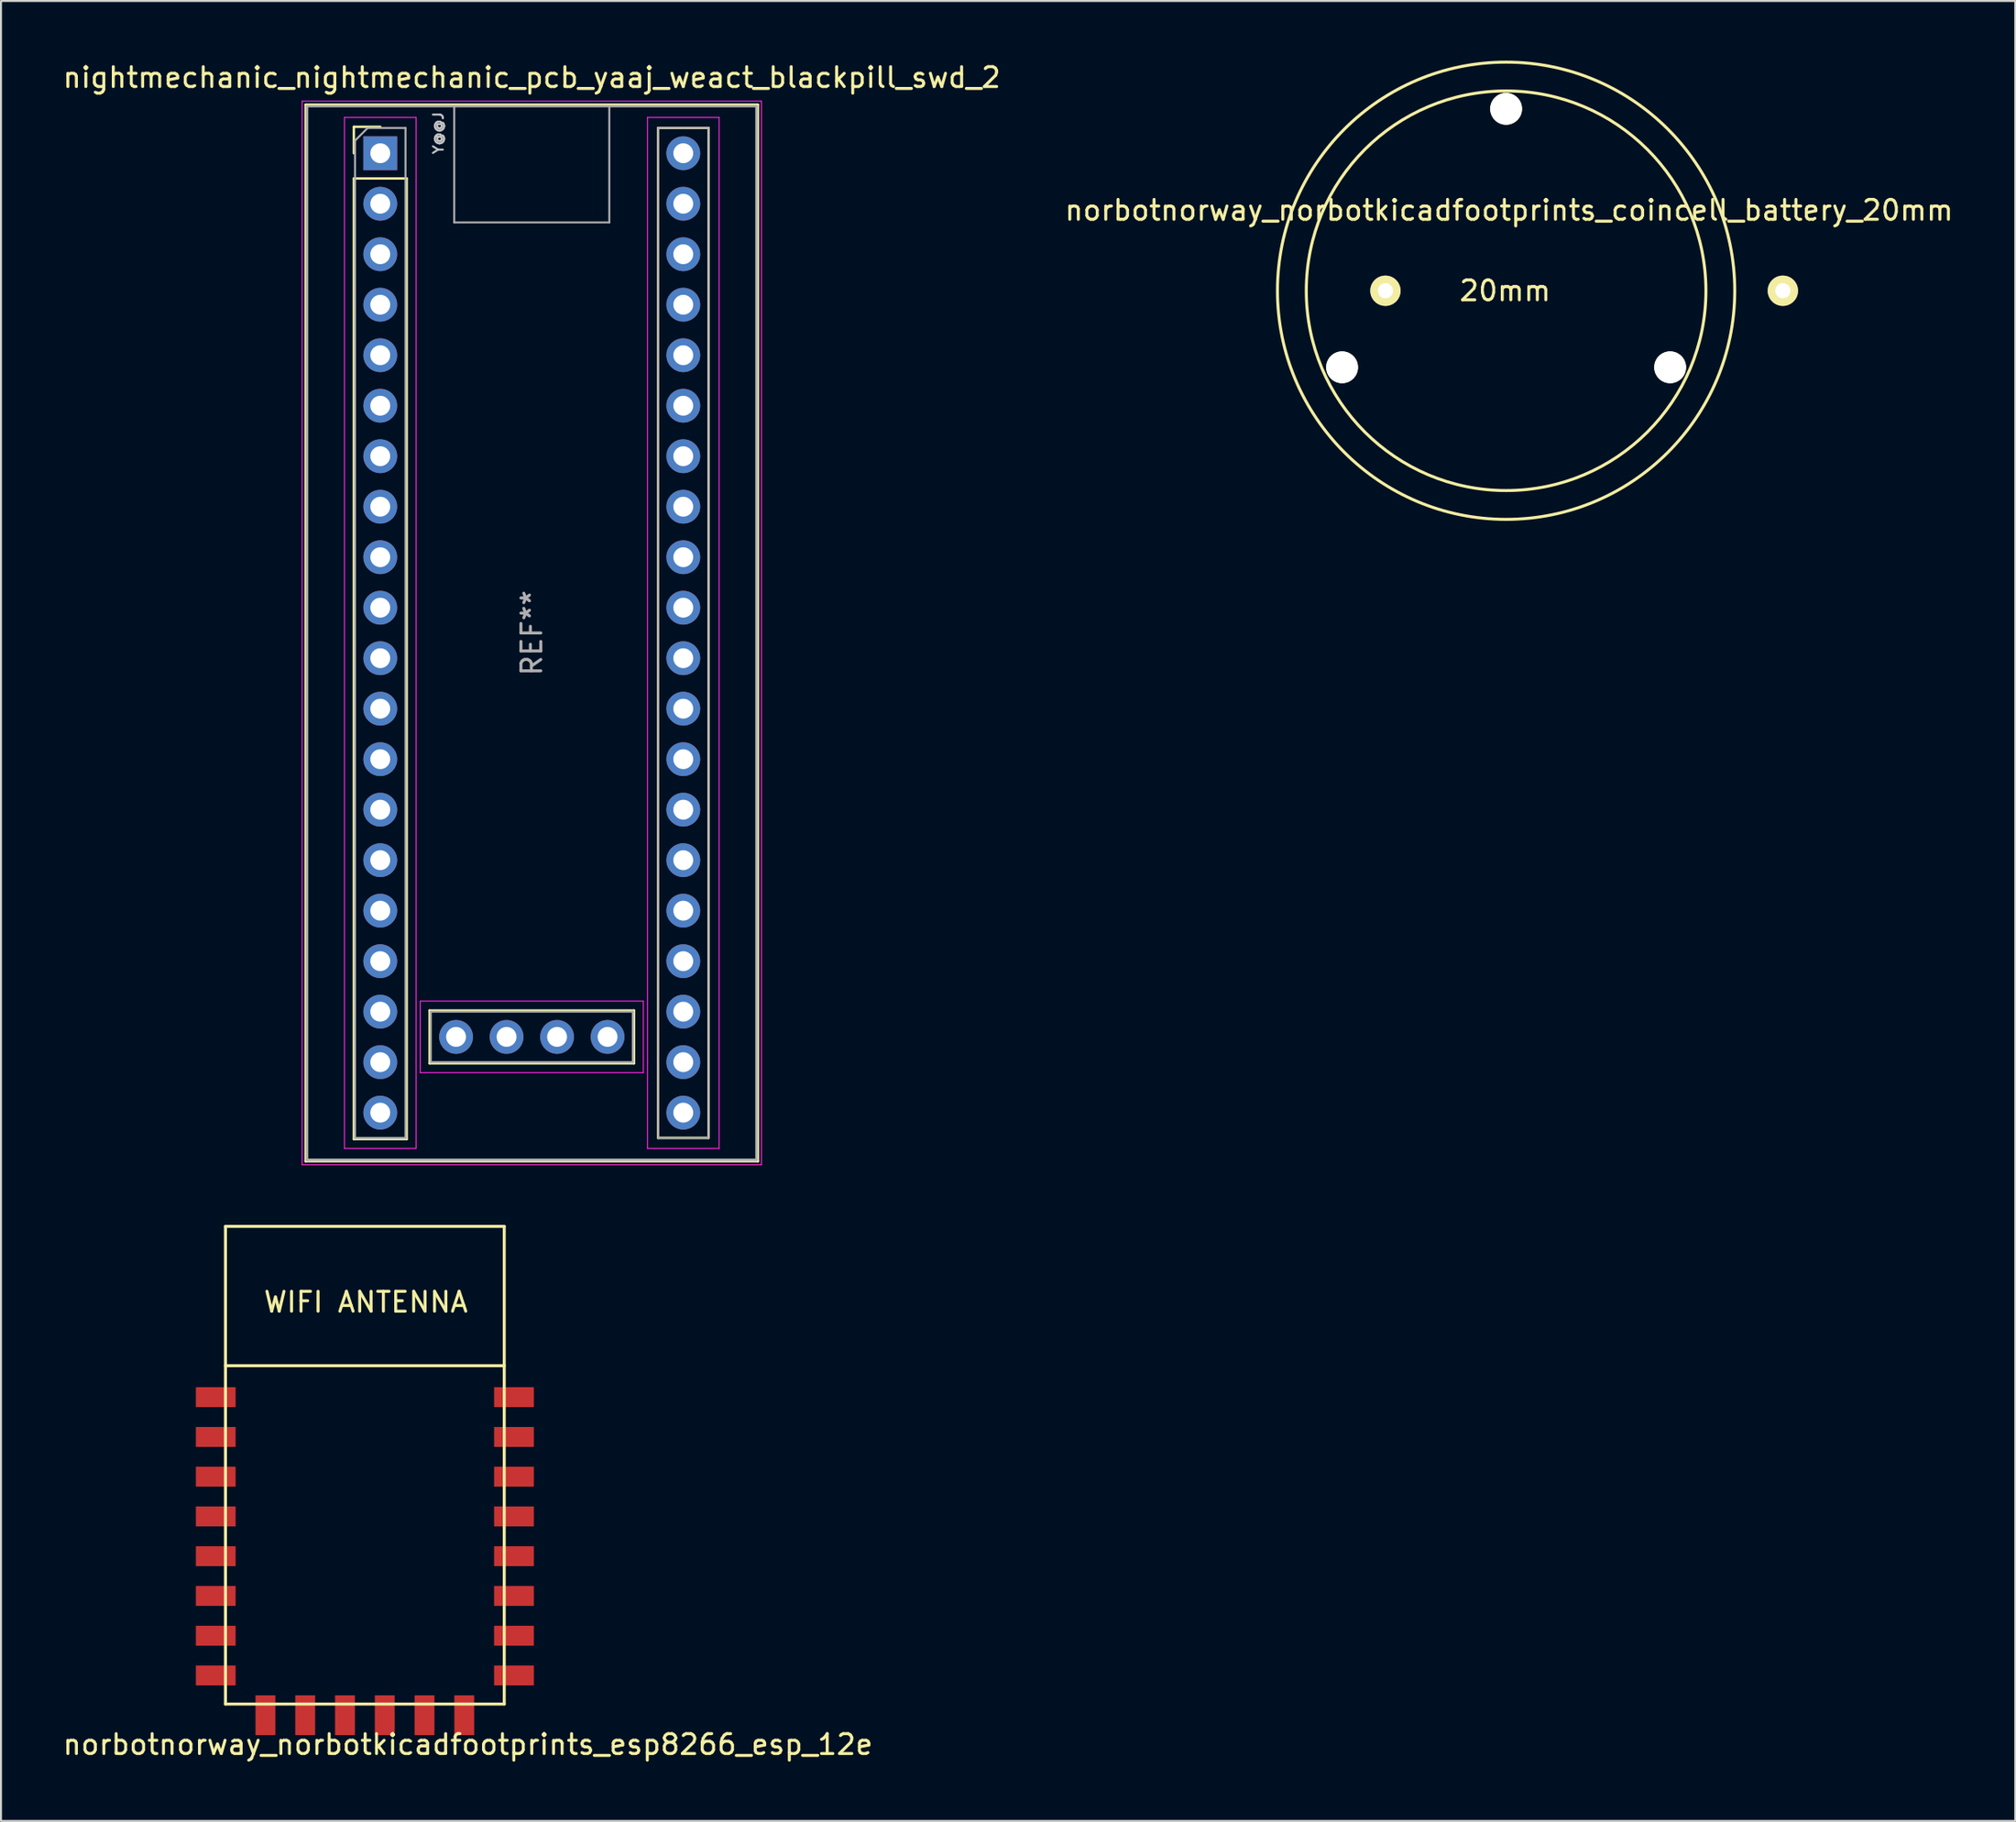
<source format=kicad_pcb>
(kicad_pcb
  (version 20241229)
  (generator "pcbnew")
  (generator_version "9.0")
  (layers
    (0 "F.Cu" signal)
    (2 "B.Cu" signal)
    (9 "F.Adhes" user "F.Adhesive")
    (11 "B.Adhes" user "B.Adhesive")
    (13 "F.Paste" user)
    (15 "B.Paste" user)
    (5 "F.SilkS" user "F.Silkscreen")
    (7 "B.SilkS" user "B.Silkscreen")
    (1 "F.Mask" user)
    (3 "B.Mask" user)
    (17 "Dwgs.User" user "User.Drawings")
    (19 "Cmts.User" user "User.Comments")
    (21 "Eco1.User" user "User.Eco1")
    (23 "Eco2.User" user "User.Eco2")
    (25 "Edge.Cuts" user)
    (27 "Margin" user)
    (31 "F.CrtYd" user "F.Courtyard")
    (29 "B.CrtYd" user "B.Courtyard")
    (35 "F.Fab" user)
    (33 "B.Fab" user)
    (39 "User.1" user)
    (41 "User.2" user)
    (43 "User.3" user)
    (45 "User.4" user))
  (footprint "norbotnorway_norbotkicadfootprints_esp8266_esp_12e"
    (layer "F.Cu")
    (at 15.301 70.729)
    (property "Reference" "norbotnorway_norbotkicadfootprints_esp8266_esp_12e" (at 5.182 13.97 0) (layer "F.SilkS") (effects (font (size 1 1) (thickness 0.15))))
    (attr through_hole)
    (fp_line (start -7.01 -12.09) (end 7.01 -12.09) (stroke (width 0.15) (type solid)) (layer "F.SilkS"))
    (fp_line (start -7.01 -5.08) (end 7.01 -5.08) (stroke (width 0.15) (type solid)) (layer "F.SilkS"))
    (fp_line (start -7.01 11.938) (end -7.01 -12.09) (stroke (width 0.15) (type solid)) (layer "F.SilkS"))
    (fp_line (start 7.01 -12.09) (end 7.01 11.938) (stroke (width 0.15) (type solid)) (layer "F.SilkS"))
    (fp_line (start 7.01 11.938) (end -7.01 11.938) (stroke (width 0.15) (type solid)) (layer "F.SilkS"))
    (fp_text user "WIFI ANTENNA" (at 0.051 -8.28 0) (layer "F.SilkS") (effects (font (size 1 1) (thickness 0.15))))
    (pad "1" smd rect (at -7.5 -3.5) (size 2 1) (layers "F.Cu" "F.Mask" "F.Paste"))
    (pad "2" smd rect (at -7.5 -1.5) (size 2 1) (layers "F.Cu" "F.Mask" "F.Paste"))
    (pad "3" smd rect (at -7.5 0.5) (size 2 1) (layers "F.Cu" "F.Mask" "F.Paste"))
    (pad "4" smd rect (at -7.5 2.5) (size 2 1) (layers "F.Cu" "F.Mask" "F.Paste"))
    (pad "5" smd rect (at -7.5 4.5) (size 2 1) (layers "F.Cu" "F.Mask" "F.Paste"))
    (pad "6" smd rect (at -7.5 6.5) (size 2 1) (layers "F.Cu" "F.Mask" "F.Paste"))
    (pad "7" smd rect (at -7.5 8.5) (size 2 1) (layers "F.Cu" "F.Mask" "F.Paste"))
    (pad "8" smd rect (at -7.5 10.5) (size 2 1) (layers "F.Cu" "F.Mask" "F.Paste"))
    (pad "9" smd rect (at -5 12.5) (size 1 2) (layers "F.Cu" "F.Mask" "F.Paste"))
    (pad "10" smd rect (at -3 12.5) (size 1 2) (layers "F.Cu" "F.Mask" "F.Paste"))
    (pad "11" smd rect (at -1 12.5) (size 1 2) (layers "F.Cu" "F.Mask" "F.Paste"))
    (pad "12" smd rect (at 1 12.5) (size 1 2) (layers "F.Cu" "F.Mask" "F.Paste"))
    (pad "13" smd rect (at 3 12.5) (size 1 2) (layers "F.Cu" "F.Mask" "F.Paste"))
    (pad "14" smd rect (at 5 12.5) (size 1 2) (layers "F.Cu" "F.Mask" "F.Paste"))
    (pad "15" smd rect (at 7.5 10.5) (size 2 1) (layers "F.Cu" "F.Mask" "F.Paste"))
    (pad "16" smd rect (at 7.5 8.5) (size 2 1) (layers "F.Cu" "F.Mask" "F.Paste"))
    (pad "17" smd rect (at 7.5 6.5) (size 2 1) (layers "F.Cu" "F.Mask" "F.Paste"))
    (pad "18" smd rect (at 7.5 4.5) (size 2 1) (layers "F.Cu" "F.Mask" "F.Paste"))
    (pad "19" smd rect (at 7.5 2.5) (size 2 1) (layers "F.Cu" "F.Mask" "F.Paste"))
    (pad "20" smd rect (at 7.5 0.5) (size 2 1) (layers "F.Cu" "F.Mask" "F.Paste"))
    (pad "21" smd rect (at 7.5 -1.5) (size 2 1) (layers "F.Cu" "F.Mask" "F.Paste"))
    (pad "22" smd rect (at 7.5 -3.5) (size 2 1) (layers "F.Cu" "F.Mask" "F.Paste")))
  (footprint "nightmechanic_nightmechanic_pcb_yaaj_weact_blackpill_swd_2"
    (layer "F.Cu")
    (at 16.076 4.658)
    (property "Reference" "nightmechanic_nightmechanic_pcb_yaaj_weact_blackpill_swd_2" (at 7.62 -3.81 0) (layer "F.SilkS") (effects (font (size 1 1) (thickness 0.15))))
    (attr through_hole)
    (fp_line (start -3.755 -2.445) (end 18.995 -2.445) (stroke (width 0.12) (type solid)) (layer "F.SilkS"))
    (fp_line (start -3.755 50.705) (end -3.755 -2.445) (stroke (width 0.12) (type solid)) (layer "F.SilkS"))
    (fp_line (start -1.33 -1.33) (end 0 -1.33) (stroke (width 0.12) (type solid)) (layer "F.SilkS"))
    (fp_line (start -1.33 0) (end -1.33 -1.33) (stroke (width 0.12) (type solid)) (layer "F.SilkS"))
    (fp_line (start -1.33 1.27) (end 1.33 1.27) (stroke (width 0.12) (type solid)) (layer "F.SilkS"))
    (fp_line (start -1.33 49.59) (end -1.33 1.27) (stroke (width 0.12) (type solid)) (layer "F.SilkS"))
    (fp_line (start 1.33 1.27) (end 1.33 49.59) (stroke (width 0.12) (type solid)) (layer "F.SilkS"))
    (fp_line (start 1.33 49.59) (end -1.33 49.59) (stroke (width 0.12) (type solid)) (layer "F.SilkS"))
    (fp_line (start 2.482 43.119) (end 2.482 45.779) (stroke (width 0.12) (type solid)) (layer "F.SilkS"))
    (fp_line (start 2.482 45.779) (end 12.762 45.779) (stroke (width 0.12) (type solid)) (layer "F.SilkS"))
    (fp_line (start 12.762 43.119) (end 2.482 43.119) (stroke (width 0.12) (type solid)) (layer "F.SilkS"))
    (fp_line (start 12.762 45.779) (end 12.762 43.119) (stroke (width 0.12) (type solid)) (layer "F.SilkS"))
    (fp_line (start 13.97 -1.27) (end 16.51 -1.27) (stroke (width 0.12) (type solid)) (layer "F.SilkS"))
    (fp_line (start 13.97 49.53) (end 13.97 -1.27) (stroke (width 0.12) (type solid)) (layer "F.SilkS"))
    (fp_line (start 16.51 -1.27) (end 16.51 49.53) (stroke (width 0.12) (type solid)) (layer "F.SilkS"))
    (fp_line (start 16.51 49.53) (end 13.97 49.53) (stroke (width 0.12) (type solid)) (layer "F.SilkS"))
    (fp_line (start 18.995 -2.445) (end 18.995 50.705) (stroke (width 0.12) (type solid)) (layer "F.SilkS"))
    (fp_line (start 18.995 50.705) (end -3.755 50.705) (stroke (width 0.12) (type solid)) (layer "F.SilkS"))
    (fp_line (start -3.93 -2.62) (end 19.17 -2.62) (stroke (width 0.05) (type solid)) (layer "F.CrtYd"))
    (fp_line (start -3.93 50.88) (end -3.93 -2.62) (stroke (width 0.05) (type solid)) (layer "F.CrtYd"))
    (fp_line (start -1.8 -1.8) (end -1.8 50.06) (stroke (width 0.05) (type solid)) (layer "F.CrtYd"))
    (fp_line (start -1.8 50.06) (end 1.8 50.06) (stroke (width 0.05) (type solid)) (layer "F.CrtYd"))
    (fp_line (start 1.8 -1.8) (end -1.8 -1.8) (stroke (width 0.05) (type solid)) (layer "F.CrtYd"))
    (fp_line (start 1.8 -1.8) (end 1.8 45.72) (stroke (width 0.05) (type solid)) (layer "F.CrtYd"))
    (fp_line (start 1.8 45.72) (end 1.8 50.06) (stroke (width 0.05) (type solid)) (layer "F.CrtYd"))
    (fp_line (start 2.012 46.249) (end 2.012 42.649) (stroke (width 0.05) (type solid)) (layer "F.CrtYd"))
    (fp_line (start 13.232 42.649) (end 2.012 42.649) (stroke (width 0.05) (type solid)) (layer "F.CrtYd"))
    (fp_line (start 13.232 42.649) (end 13.232 46.249) (stroke (width 0.05) (type solid)) (layer "F.CrtYd"))
    (fp_line (start 13.232 46.249) (end 2.012 46.249) (stroke (width 0.05) (type solid)) (layer "F.CrtYd"))
    (fp_line (start 13.44 -1.8) (end 13.44 45.72) (stroke (width 0.05) (type solid)) (layer "F.CrtYd"))
    (fp_line (start 13.44 -1.8) (end 17.04 -1.8) (stroke (width 0.05) (type solid)) (layer "F.CrtYd"))
    (fp_line (start 13.44 45.72) (end 13.44 50.06) (stroke (width 0.05) (type solid)) (layer "F.CrtYd"))
    (fp_line (start 17.04 -1.8) (end 17.04 50.06) (stroke (width 0.05) (type solid)) (layer "F.CrtYd"))
    (fp_line (start 17.04 50.06) (end 13.44 50.06) (stroke (width 0.05) (type solid)) (layer "F.CrtYd"))
    (fp_line (start 19.17 -2.62) (end 19.17 50.88) (stroke (width 0.05) (type solid)) (layer "F.CrtYd"))
    (fp_line (start 19.17 50.88) (end -3.93 50.88) (stroke (width 0.05) (type solid)) (layer "F.CrtYd"))
    (fp_line (start -3.68 -2.37) (end 18.92 -2.37) (stroke (width 0.12) (type solid)) (layer "F.Fab"))
    (fp_line (start -3.68 50.63) (end -3.68 -2.32) (stroke (width 0.12) (type solid)) (layer "F.Fab"))
    (fp_line (start -3.68 50.63) (end 18.92 50.63) (stroke (width 0.12) (type solid)) (layer "F.Fab"))
    (fp_line (start -1.27 -0.635) (end -0.635 -1.27) (stroke (width 0.1) (type solid)) (layer "F.Fab"))
    (fp_line (start -1.27 49.53) (end -1.27 -0.635) (stroke (width 0.1) (type solid)) (layer "F.Fab"))
    (fp_line (start -0.635 -1.27) (end 1.27 -1.27) (stroke (width 0.1) (type solid)) (layer "F.Fab"))
    (fp_line (start 1.27 -1.27) (end 1.27 49.53) (stroke (width 0.1) (type solid)) (layer "F.Fab"))
    (fp_line (start 1.27 49.53) (end -1.27 49.53) (stroke (width 0.1) (type solid)) (layer "F.Fab"))
    (fp_line (start 2.542 43.179) (end 12.702 43.179) (stroke (width 0.1) (type solid)) (layer "F.Fab"))
    (fp_line (start 2.542 45.719) (end 2.542 43.179) (stroke (width 0.1) (type solid)) (layer "F.Fab"))
    (fp_line (start 3.72 3.48) (end 3.72 -2.32) (stroke (width 0.1) (type solid)) (layer "F.Fab"))
    (fp_line (start 3.72 3.48) (end 11.52 3.48) (stroke (width 0.1) (type solid)) (layer "F.Fab"))
    (fp_line (start 11.52 3.48) (end 11.52 -2.32) (stroke (width 0.1) (type solid)) (layer "F.Fab"))
    (fp_line (start 12.702 43.179) (end 12.702 45.719) (stroke (width 0.1) (type solid)) (layer "F.Fab"))
    (fp_line (start 12.702 45.719) (end 2.542 45.719) (stroke (width 0.1) (type solid)) (layer "F.Fab"))
    (fp_line (start 13.97 -1.27) (end 16.51 -1.27) (stroke (width 0.1) (type solid)) (layer "F.Fab"))
    (fp_line (start 13.97 49.53) (end 13.97 -1.27) (stroke (width 0.1) (type solid)) (layer "F.Fab"))
    (fp_line (start 16.51 -1.27) (end 16.51 49.53) (stroke (width 0.1) (type solid)) (layer "F.Fab"))
    (fp_line (start 16.51 49.53) (end 13.97 49.53) (stroke (width 0.1) (type solid)) (layer "F.Fab"))
    (fp_line (start 18.92 -2.37) (end 18.92 50.63) (stroke (width 0.12) (type solid)) (layer "F.Fab"))
    (fp_text user "Y@@J" (at 2.921 -1.016 90) (unlocked yes) (layer "Dwgs.User") (effects (font (size 0.5 0.5) (thickness 0.1))))
    (fp_text user "REF**" (at 7.62 24.13 90) (layer "F.Fab") (effects (font (size 1 1) (thickness 0.15))))
    (pad "1" thru_hole rect (at 0 0) (size 1.7 1.7) (drill 1) (layers "*.Cu" "*.Mask"))
    (pad "2" thru_hole circle (at 0 2.54) (size 1.7 1.7) (drill 1) (layers "*.Cu" "*.Mask"))
    (pad "3" thru_hole circle (at 0 5.08) (size 1.7 1.7) (drill 1) (layers "*.Cu" "*.Mask"))
    (pad "4" thru_hole circle (at 0 7.62) (size 1.7 1.7) (drill 1) (layers "*.Cu" "*.Mask"))
    (pad "5" thru_hole circle (at 0 10.16) (size 1.7 1.7) (drill 1) (layers "*.Cu" "*.Mask"))
    (pad "6" thru_hole circle (at 0 12.7) (size 1.7 1.7) (drill 1) (layers "*.Cu" "*.Mask"))
    (pad "7" thru_hole circle (at 0 15.24) (size 1.7 1.7) (drill 1) (layers "*.Cu" "*.Mask"))
    (pad "8" thru_hole circle (at 0 17.78) (size 1.7 1.7) (drill 1) (layers "*.Cu" "*.Mask"))
    (pad "9" thru_hole circle (at 0 20.32) (size 1.7 1.7) (drill 1) (layers "*.Cu" "*.Mask"))
    (pad "10" thru_hole circle (at 0 22.86) (size 1.7 1.7) (drill 1) (layers "*.Cu" "*.Mask"))
    (pad "11" thru_hole circle (at 0 25.4) (size 1.7 1.7) (drill 1) (layers "*.Cu" "*.Mask"))
    (pad "12" thru_hole circle (at 0 27.94) (size 1.7 1.7) (drill 1) (layers "*.Cu" "*.Mask"))
    (pad "13" thru_hole circle (at 0 30.48) (size 1.7 1.7) (drill 1) (layers "*.Cu" "*.Mask"))
    (pad "14" thru_hole circle (at 0 33.02) (size 1.7 1.7) (drill 1) (layers "*.Cu" "*.Mask"))
    (pad "15" thru_hole circle (at 0 35.56) (size 1.7 1.7) (drill 1) (layers "*.Cu" "*.Mask"))
    (pad "16" thru_hole circle (at 0 38.1) (size 1.7 1.7) (drill 1) (layers "*.Cu" "*.Mask"))
    (pad "17" thru_hole circle (at 0 40.64) (size 1.7 1.7) (drill 1) (layers "*.Cu" "*.Mask"))
    (pad "18" thru_hole circle (at 0 43.18) (size 1.7 1.7) (drill 1) (layers "*.Cu" "*.Mask"))
    (pad "19" thru_hole circle (at 0 45.72) (size 1.7 1.7) (drill 1) (layers "*.Cu" "*.Mask"))
    (pad "20" thru_hole circle (at 0 48.26) (size 1.7 1.7) (drill 1) (layers "*.Cu" "*.Mask"))
    (pad "21" thru_hole circle (at 15.24 48.26) (size 1.7 1.7) (drill 1) (layers "*.Cu" "*.Mask"))
    (pad "22" thru_hole circle (at 15.24 45.72) (size 1.7 1.7) (drill 1) (layers "*.Cu" "*.Mask"))
    (pad "23" thru_hole circle (at 15.24 43.18) (size 1.7 1.7) (drill 1) (layers "*.Cu" "*.Mask"))
    (pad "24" thru_hole circle (at 15.24 40.64) (size 1.7 1.7) (drill 1) (layers "*.Cu" "*.Mask"))
    (pad "25" thru_hole circle (at 15.24 38.1) (size 1.7 1.7) (drill 1) (layers "*.Cu" "*.Mask"))
    (pad "26" thru_hole circle (at 15.24 35.56) (size 1.7 1.7) (drill 1) (layers "*.Cu" "*.Mask"))
    (pad "27" thru_hole circle (at 15.24 33.02) (size 1.7 1.7) (drill 1) (layers "*.Cu" "*.Mask"))
    (pad "28" thru_hole circle (at 15.24 30.48) (size 1.7 1.7) (drill 1) (layers "*.Cu" "*.Mask"))
    (pad "29" thru_hole circle (at 15.24 27.94) (size 1.7 1.7) (drill 1) (layers "*.Cu" "*.Mask"))
    (pad "30" thru_hole circle (at 15.24 25.4) (size 1.7 1.7) (drill 1) (layers "*.Cu" "*.Mask"))
    (pad "31" thru_hole circle (at 15.24 22.86) (size 1.7 1.7) (drill 1) (layers "*.Cu" "*.Mask"))
    (pad "32" thru_hole circle (at 15.24 20.32) (size 1.7 1.7) (drill 1) (layers "*.Cu" "*.Mask"))
    (pad "33" thru_hole circle (at 15.24 17.78) (size 1.7 1.7) (drill 1) (layers "*.Cu" "*.Mask"))
    (pad "34" thru_hole circle (at 15.24 15.24) (size 1.7 1.7) (drill 1) (layers "*.Cu" "*.Mask"))
    (pad "35" thru_hole circle (at 15.24 12.7) (size 1.7 1.7) (drill 1) (layers "*.Cu" "*.Mask"))
    (pad "36" thru_hole circle (at 15.24 10.16) (size 1.7 1.7) (drill 1) (layers "*.Cu" "*.Mask"))
    (pad "37" thru_hole circle (at 15.24 7.62) (size 1.7 1.7) (drill 1) (layers "*.Cu" "*.Mask"))
    (pad "38" thru_hole circle (at 15.24 5.08) (size 1.7 1.7) (drill 1) (layers "*.Cu" "*.Mask"))
    (pad "39" thru_hole circle (at 15.24 2.54) (size 1.7 1.7) (drill 1) (layers "*.Cu" "*.Mask"))
    (pad "40" thru_hole circle (at 15.24 0) (size 1.7 1.7) (drill 1) (layers "*.Cu" "*.Mask"))
    (pad "41" thru_hole circle (at 11.432 44.449) (size 1.7 1.7) (drill 1) (layers "*.Cu" "*.Mask"))
    (pad "42" thru_hole circle (at 8.892 44.449) (size 1.7 1.7) (drill 1) (layers "*.Cu" "*.Mask"))
    (pad "43" thru_hole circle (at 6.352 44.449) (size 1.7 1.7) (drill 1) (layers "*.Cu" "*.Mask"))
    (pad "44" thru_hole circle (at 3.812 44.449) (size 1.7 1.7) (drill 1) (layers "*.Cu" "*.Mask")))
  (footprint "norbotnorway_norbotkicadfootprints_coincell_battery_20mm"
    (layer "F.Cu")
    (at 72.701 11.575)
    (property "Reference" "norbotnorway_norbotkicadfootprints_coincell_battery_20mm" (at 0.15 -4.05 0) (layer "F.SilkS") (effects (font (size 1 1) (thickness 0.15))))
    (attr through_hole)
    (fp_circle (center 0 0) (end 10.05 0) (stroke (width 0.15) (type solid)) (fill no) (layer "F.SilkS"))
    (fp_circle (center 0 0) (end 11.5 0) (stroke (width 0.15) (type solid)) (fill no) (layer "F.SilkS"))
    (fp_text user "20mm" (at -0.05 0 0) (layer "F.SilkS") (effects (font (size 1 1) (thickness 0.15))))
    (pad "" np_thru_hole circle (at -8.25 3.85) (size 1.6 1.6) (drill 1.6) (layers "*.Cu" "*.Mask" "F.SilkS"))
    (pad "" np_thru_hole circle (at 0 -9.15) (size 1.6 1.6) (drill 1.6) (layers "*.Cu" "*.Mask" "F.SilkS"))
    (pad "" np_thru_hole circle (at 8.25 3.85) (size 1.6 1.6) (drill 1.6) (layers "*.Cu" "*.Mask" "F.SilkS"))
    (pad "1" thru_hole circle (at 13.92 0) (size 1.524 1.524) (drill 0.762) (layers "*.Cu" "*.Mask" "F.SilkS"))
    (pad "2" thru_hole circle (at -6.07 0) (size 1.524 1.524) (drill 0.762) (layers "*.Cu" "*.Mask" "F.SilkS")))
  (gr_rect
    (start -3 -3)
    (end 98.31 88.547)
    (stroke (width 0.1) (type default))
    (fill no)
    (layer "Edge.Cuts")))
</source>
